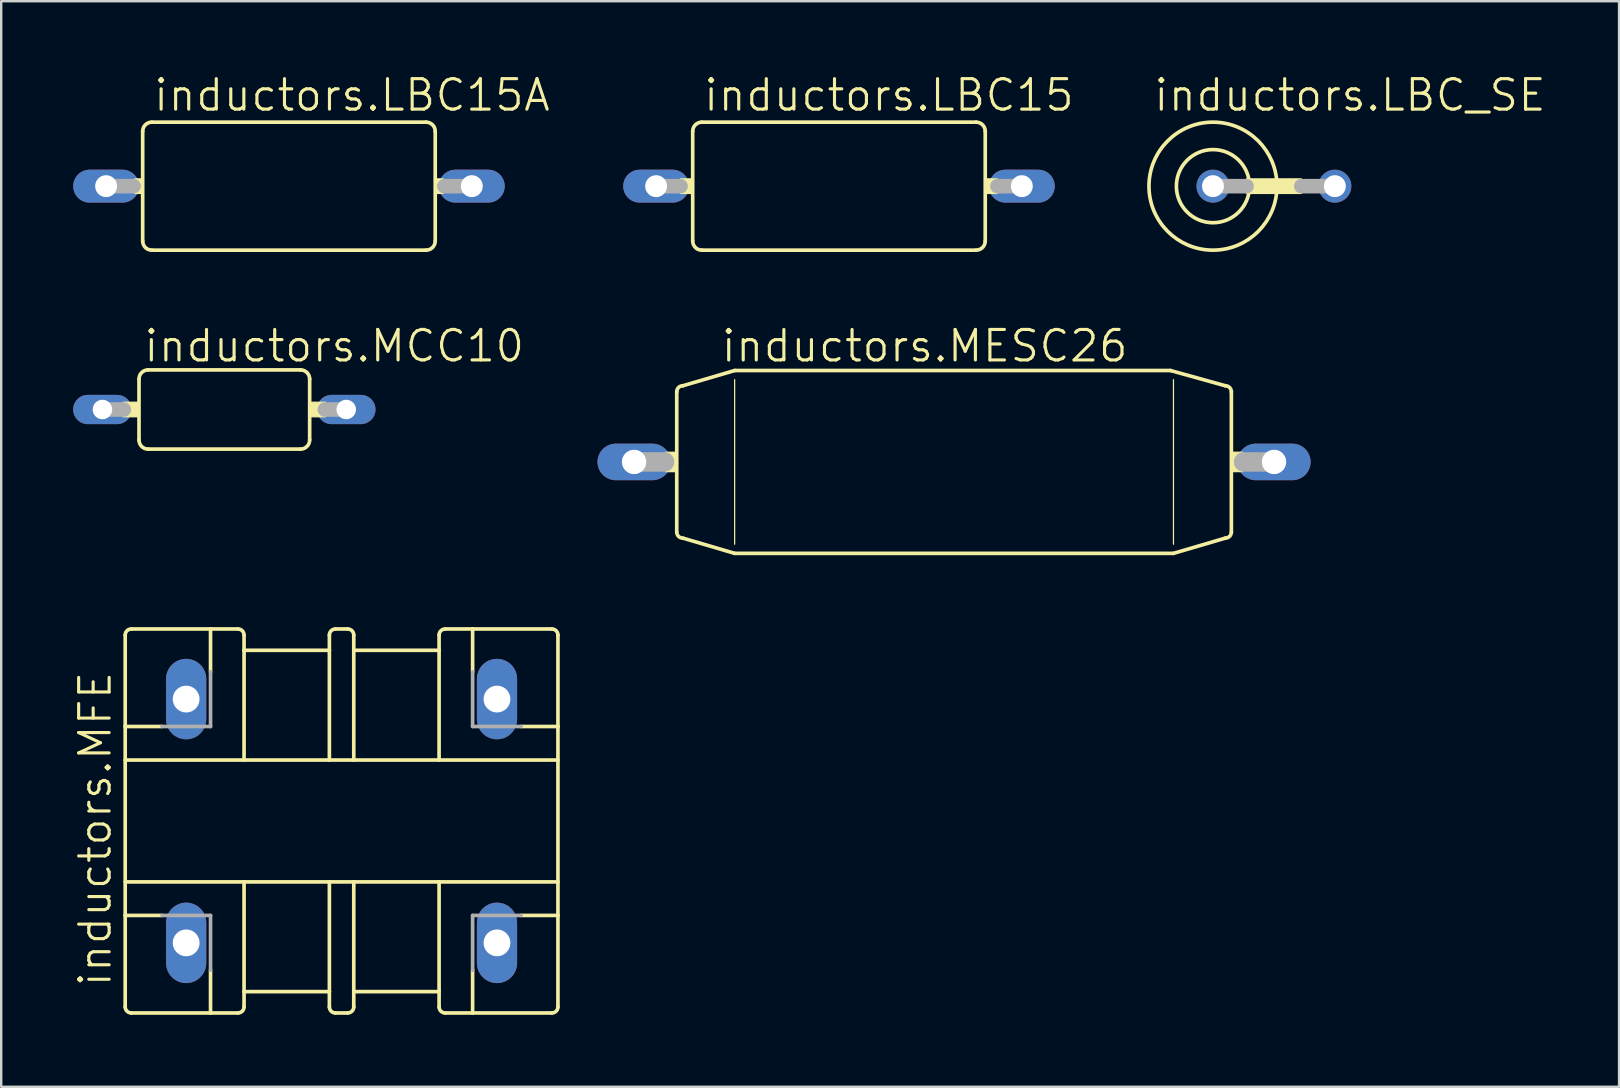
<source format=kicad_pcb>
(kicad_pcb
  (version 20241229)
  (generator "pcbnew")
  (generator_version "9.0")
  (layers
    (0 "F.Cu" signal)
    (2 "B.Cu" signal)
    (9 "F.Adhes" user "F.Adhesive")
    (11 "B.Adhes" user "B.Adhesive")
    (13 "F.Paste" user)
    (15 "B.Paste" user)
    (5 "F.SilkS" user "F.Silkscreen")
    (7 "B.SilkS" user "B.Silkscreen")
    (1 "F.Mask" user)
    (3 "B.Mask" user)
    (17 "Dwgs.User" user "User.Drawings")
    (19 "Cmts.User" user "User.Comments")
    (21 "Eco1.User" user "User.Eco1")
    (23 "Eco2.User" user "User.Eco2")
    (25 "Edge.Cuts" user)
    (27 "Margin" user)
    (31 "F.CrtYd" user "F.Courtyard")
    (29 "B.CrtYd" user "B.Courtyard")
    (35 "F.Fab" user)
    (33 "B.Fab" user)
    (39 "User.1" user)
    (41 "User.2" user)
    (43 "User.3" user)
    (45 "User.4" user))
  (footprint "inductors.MFE"
    (layer "F.Cu")
    (at 11.185 31.164)
    (property "Reference" "inductors.MFE" (at -9.525 6.985 90) (layer "F.SilkS") (effects (font (size 1.27 1.27) (thickness 0.13)) (justify left bottom)))
    (attr through_hole)
    (fp_line (start -9.017 -3.937) (end -9.017 -7.747) (stroke (width 0.152) (type default)) (layer "F.SilkS"))
    (fp_line (start -9.017 -3.937) (end -7.485 -3.937) (stroke (width 0.152) (type default)) (layer "F.SilkS"))
    (fp_line (start -9.017 -2.54) (end -4.064 -2.54) (stroke (width 0.152) (type default)) (layer "F.SilkS"))
    (fp_line (start -9.017 2.54) (end -4.064 2.54) (stroke (width 0.152) (type default)) (layer "F.SilkS"))
    (fp_line (start -9.017 3.937) (end -9.017 -3.937) (stroke (width 0.152) (type default)) (layer "F.SilkS"))
    (fp_line (start -9.017 3.937) (end -7.485 3.937) (stroke (width 0.152) (type default)) (layer "F.SilkS"))
    (fp_line (start -9.017 7.747) (end -9.017 3.937) (stroke (width 0.152) (type default)) (layer "F.SilkS"))
    (fp_line (start -8.763 -8.001) (end -5.461 -8.001) (stroke (width 0.152) (type default)) (layer "F.SilkS"))
    (fp_line (start -8.763 8.001) (end -5.461 8.001) (stroke (width 0.152) (type default)) (layer "F.SilkS"))
    (fp_line (start -5.461 -8.001) (end -4.318 -8.001) (stroke (width 0.152) (type default)) (layer "F.SilkS"))
    (fp_line (start -5.461 -6.216) (end -5.461 -8.001) (stroke (width 0.152) (type default)) (layer "F.SilkS"))
    (fp_line (start -5.461 6.216) (end -5.461 8.001) (stroke (width 0.152) (type default)) (layer "F.SilkS"))
    (fp_line (start -5.461 8.001) (end -4.318 8.001) (stroke (width 0.152) (type default)) (layer "F.SilkS"))
    (fp_line (start -4.064 -7.112) (end -4.064 -7.747) (stroke (width 0.152) (type default)) (layer "F.SilkS"))
    (fp_line (start -4.064 -7.112) (end -0.508 -7.112) (stroke (width 0.152) (type default)) (layer "F.SilkS"))
    (fp_line (start -4.064 -2.54) (end -4.064 -7.112) (stroke (width 0.152) (type default)) (layer "F.SilkS"))
    (fp_line (start -4.064 -2.54) (end -0.508 -2.54) (stroke (width 0.152) (type default)) (layer "F.SilkS"))
    (fp_line (start -4.064 2.54) (end -4.064 7.112) (stroke (width 0.152) (type default)) (layer "F.SilkS"))
    (fp_line (start -4.064 2.54) (end -0.508 2.54) (stroke (width 0.152) (type default)) (layer "F.SilkS"))
    (fp_line (start -4.064 7.112) (end -4.064 7.747) (stroke (width 0.152) (type default)) (layer "F.SilkS"))
    (fp_line (start -4.064 7.112) (end -0.508 7.112) (stroke (width 0.152) (type default)) (layer "F.SilkS"))
    (fp_line (start -0.508 -7.112) (end -0.508 -7.747) (stroke (width 0.152) (type default)) (layer "F.SilkS"))
    (fp_line (start -0.508 -2.54) (end -0.508 -7.112) (stroke (width 0.152) (type default)) (layer "F.SilkS"))
    (fp_line (start -0.508 -2.54) (end 0.508 -2.54) (stroke (width 0.152) (type default)) (layer "F.SilkS"))
    (fp_line (start -0.508 2.54) (end -0.508 7.112) (stroke (width 0.152) (type default)) (layer "F.SilkS"))
    (fp_line (start -0.508 2.54) (end 0.508 2.54) (stroke (width 0.152) (type default)) (layer "F.SilkS"))
    (fp_line (start -0.508 7.112) (end -0.508 7.747) (stroke (width 0.152) (type default)) (layer "F.SilkS"))
    (fp_line (start -0.254 -8.001) (end 0.254 -8.001) (stroke (width 0.152) (type default)) (layer "F.SilkS"))
    (fp_line (start -0.254 8.001) (end 0.254 8.001) (stroke (width 0.152) (type default)) (layer "F.SilkS"))
    (fp_line (start 0.508 -7.112) (end 0.508 -7.747) (stroke (width 0.152) (type default)) (layer "F.SilkS"))
    (fp_line (start 0.508 -2.54) (end 0.508 -7.112) (stroke (width 0.152) (type default)) (layer "F.SilkS"))
    (fp_line (start 0.508 -2.54) (end 4.064 -2.54) (stroke (width 0.152) (type default)) (layer "F.SilkS"))
    (fp_line (start 0.508 2.54) (end 0.508 7.112) (stroke (width 0.152) (type default)) (layer "F.SilkS"))
    (fp_line (start 0.508 2.54) (end 4.064 2.54) (stroke (width 0.152) (type default)) (layer "F.SilkS"))
    (fp_line (start 0.508 7.112) (end 0.508 7.747) (stroke (width 0.152) (type default)) (layer "F.SilkS"))
    (fp_line (start 4.064 -7.112) (end 0.508 -7.112) (stroke (width 0.152) (type default)) (layer "F.SilkS"))
    (fp_line (start 4.064 -7.112) (end 4.064 -7.747) (stroke (width 0.152) (type default)) (layer "F.SilkS"))
    (fp_line (start 4.064 -2.54) (end 4.064 -7.112) (stroke (width 0.152) (type default)) (layer "F.SilkS"))
    (fp_line (start 4.064 -2.54) (end 9.017 -2.54) (stroke (width 0.152) (type default)) (layer "F.SilkS"))
    (fp_line (start 4.064 2.54) (end 4.064 7.112) (stroke (width 0.152) (type default)) (layer "F.SilkS"))
    (fp_line (start 4.064 2.54) (end 9.017 2.54) (stroke (width 0.152) (type default)) (layer "F.SilkS"))
    (fp_line (start 4.064 7.112) (end 0.508 7.112) (stroke (width 0.152) (type default)) (layer "F.SilkS"))
    (fp_line (start 4.064 7.112) (end 4.064 7.747) (stroke (width 0.152) (type default)) (layer "F.SilkS"))
    (fp_line (start 5.461 -8.001) (end 4.318 -8.001) (stroke (width 0.152) (type default)) (layer "F.SilkS"))
    (fp_line (start 5.461 -6.216) (end 5.461 -8.001) (stroke (width 0.152) (type default)) (layer "F.SilkS"))
    (fp_line (start 5.461 6.216) (end 5.461 8.001) (stroke (width 0.152) (type default)) (layer "F.SilkS"))
    (fp_line (start 5.461 8.001) (end 4.318 8.001) (stroke (width 0.152) (type default)) (layer "F.SilkS"))
    (fp_line (start 8.763 -8.001) (end 5.461 -8.001) (stroke (width 0.152) (type default)) (layer "F.SilkS"))
    (fp_line (start 8.763 8.001) (end 5.461 8.001) (stroke (width 0.152) (type default)) (layer "F.SilkS"))
    (fp_line (start 9.017 -3.937) (end 7.485 -3.937) (stroke (width 0.152) (type default)) (layer "F.SilkS"))
    (fp_line (start 9.017 -3.937) (end 9.017 -7.747) (stroke (width 0.152) (type default)) (layer "F.SilkS"))
    (fp_line (start 9.017 3.937) (end 7.485 3.937) (stroke (width 0.152) (type default)) (layer "F.SilkS"))
    (fp_line (start 9.017 3.937) (end 9.017 -3.937) (stroke (width 0.152) (type default)) (layer "F.SilkS"))
    (fp_line (start 9.017 7.747) (end 9.017 3.937) (stroke (width 0.152) (type default)) (layer "F.SilkS"))
    (fp_arc (start -9.017 -7.747) (mid -8.942605 -7.926605) (end -8.763 -8.001) (stroke (width 0.1524) (type default)) (layer "F.SilkS"))
    (fp_arc (start -8.763 8.001) (mid -8.942605 7.926605) (end -9.017 7.747) (stroke (width 0.1524) (type default)) (layer "F.SilkS"))
    (fp_arc (start -4.318 -8.001) (mid -4.138395 -7.926605) (end -4.064 -7.747) (stroke (width 0.1524) (type default)) (layer "F.SilkS"))
    (fp_arc (start -4.064 7.747) (mid -4.138395 7.926605) (end -4.318 8.001) (stroke (width 0.1524) (type default)) (layer "F.SilkS"))
    (fp_arc (start -0.508 -7.747) (mid -0.433605 -7.926605) (end -0.254 -8.001) (stroke (width 0.1524) (type default)) (layer "F.SilkS"))
    (fp_arc (start -0.254 8.001) (mid -0.433605 7.926605) (end -0.508 7.747) (stroke (width 0.1524) (type default)) (layer "F.SilkS"))
    (fp_arc (start 0.254 -8.001) (mid 0.433605 -7.926605) (end 0.508 -7.747) (stroke (width 0.1524) (type default)) (layer "F.SilkS"))
    (fp_arc (start 0.508 7.747) (mid 0.433605 7.926605) (end 0.254 8.001) (stroke (width 0.1524) (type default)) (layer "F.SilkS"))
    (fp_arc (start 4.064 -7.747) (mid 4.138395 -7.926605) (end 4.318 -8.001) (stroke (width 0.1524) (type default)) (layer "F.SilkS"))
    (fp_arc (start 4.318 8.001) (mid 4.138395 7.926605) (end 4.064 7.747) (stroke (width 0.1524) (type default)) (layer "F.SilkS"))
    (fp_arc (start 8.763 -8.001) (mid 8.942605 -7.926605) (end 9.017 -7.747) (stroke (width 0.1524) (type default)) (layer "F.SilkS"))
    (fp_arc (start 9.017 7.747) (mid 8.942605 7.926605) (end 8.763 8.001) (stroke (width 0.1524) (type default)) (layer "F.SilkS"))
    (fp_line (start -7.485 -3.937) (end -5.461 -3.937) (stroke (width 0.152) (type default)) (layer "F.Fab"))
    (fp_line (start -7.485 3.937) (end -5.461 3.937) (stroke (width 0.152) (type default)) (layer "F.Fab"))
    (fp_line (start -5.461 -3.937) (end -5.461 -6.216) (stroke (width 0.152) (type default)) (layer "F.Fab"))
    (fp_line (start -5.461 3.937) (end -5.461 6.216) (stroke (width 0.152) (type default)) (layer "F.Fab"))
    (fp_line (start 5.461 -3.937) (end 5.461 -6.216) (stroke (width 0.152) (type default)) (layer "F.Fab"))
    (fp_line (start 5.461 3.937) (end 5.461 6.216) (stroke (width 0.152) (type default)) (layer "F.Fab"))
    (fp_line (start 7.485 -3.937) (end 5.461 -3.937) (stroke (width 0.152) (type default)) (layer "F.Fab"))
    (fp_line (start 7.485 3.937) (end 5.461 3.937) (stroke (width 0.152) (type default)) (layer "F.Fab"))
    (pad "1" thru_hole oval (at 6.477 5.08 90) (size 3.353 1.676) (drill 1.118) (layers "*.Cu" "*.Mask"))
    (pad "2" thru_hole oval (at 6.477 -5.08 90) (size 3.353 1.676) (drill 1.118) (layers "*.Cu" "*.Mask"))
    (pad "3" thru_hole oval (at -6.477 -5.08 90) (size 3.353 1.676) (drill 1.118) (layers "*.Cu" "*.Mask"))
    (pad "4" thru_hole oval (at -6.477 5.08 90) (size 3.353 1.676) (drill 1.118) (layers "*.Cu" "*.Mask")))
  (footprint "inductors.MCC10"
    (layer "F.Cu")
    (at 6.299 14.016)
    (property "Reference" "inductors.MCC10" (at -3.429 -1.905 0) (layer "F.SilkS") (effects (font (size 1.27 1.27) (thickness 0.13)) (justify left bottom)))
    (attr through_hole)
    (fp_line (start -3.556 -1.27) (end -3.556 1.27) (stroke (width 0.152) (type default)) (layer "F.SilkS"))
    (fp_line (start -3.175 -1.651) (end 3.175 -1.651) (stroke (width 0.152) (type default)) (layer "F.SilkS"))
    (fp_line (start 3.175 1.651) (end -3.175 1.651) (stroke (width 0.152) (type default)) (layer "F.SilkS"))
    (fp_line (start 3.556 -1.27) (end 3.556 1.27) (stroke (width 0.152) (type default)) (layer "F.SilkS"))
    (fp_rect (start -4.216 0.305) (end -3.556 -0.305) (stroke (width 0.05) (type default)) (fill yes) (layer "F.SilkS"))
    (fp_rect (start 3.556 0.305) (end 4.216 -0.305) (stroke (width 0.05) (type default)) (fill yes) (layer "F.SilkS"))
    (fp_arc (start -3.556 -1.27) (mid -3.444408 -1.539408) (end -3.175 -1.651) (stroke (width 0.1524) (type default)) (layer "F.SilkS"))
    (fp_arc (start -3.175 1.651) (mid -3.444408 1.539408) (end -3.556 1.27) (stroke (width 0.1524) (type default)) (layer "F.SilkS"))
    (fp_arc (start 3.175 -1.651) (mid 3.444408 -1.539408) (end 3.556 -1.27) (stroke (width 0.1524) (type default)) (layer "F.SilkS"))
    (fp_arc (start 3.556 1.27) (mid 3.444408 1.539408) (end 3.175 1.651) (stroke (width 0.1524) (type default)) (layer "F.SilkS"))
    (fp_line (start -4.191 0) (end -5.08 0) (stroke (width 0.61) (type default)) (layer "F.Fab"))
    (fp_line (start 5.08 0) (end 4.191 0) (stroke (width 0.61) (type default)) (layer "F.Fab"))
    (pad "1" thru_hole oval (at -5.08 0) (size 2.438 1.219) (drill 0.813) (layers "*.Cu" "*.Mask"))
    (pad "2" thru_hole oval (at 5.08 0) (size 2.438 1.219) (drill 0.813) (layers "*.Cu" "*.Mask")))
  (footprint "inductors.LBC15A"
    (layer "F.Cu")
    (at 8.992 4.708)
    (property "Reference" "inductors.LBC15A" (at -5.715 -3.048 0) (layer "F.SilkS") (effects (font (size 1.27 1.27) (thickness 0.13)) (justify left bottom)))
    (attr through_hole)
    (fp_line (start -6.096 -2.286) (end -6.096 2.286) (stroke (width 0.152) (type default)) (layer "F.SilkS"))
    (fp_line (start -5.715 -2.667) (end 5.715 -2.667) (stroke (width 0.152) (type default)) (layer "F.SilkS"))
    (fp_line (start 5.715 2.667) (end -5.715 2.667) (stroke (width 0.152) (type default)) (layer "F.SilkS"))
    (fp_line (start 6.096 -2.286) (end 6.096 2.286) (stroke (width 0.152) (type default)) (layer "F.SilkS"))
    (fp_rect (start -6.426 0.305) (end -6.096 -0.305) (stroke (width 0.05) (type default)) (fill yes) (layer "F.SilkS"))
    (fp_rect (start 6.096 0.305) (end 6.426 -0.305) (stroke (width 0.05) (type default)) (fill yes) (layer "F.SilkS"))
    (fp_arc (start -6.096 -2.286) (mid -5.984408 -2.555408) (end -5.715 -2.667) (stroke (width 0.1524) (type default)) (layer "F.SilkS"))
    (fp_arc (start -5.715 2.667) (mid -5.984408 2.555408) (end -6.096 2.286) (stroke (width 0.1524) (type default)) (layer "F.SilkS"))
    (fp_arc (start 5.715 -2.667) (mid 5.984408 -2.555408) (end 6.096 -2.286) (stroke (width 0.1524) (type default)) (layer "F.SilkS"))
    (fp_arc (start 6.096 2.286) (mid 5.984408 2.555408) (end 5.715 2.667) (stroke (width 0.1524) (type default)) (layer "F.SilkS"))
    (fp_line (start -6.477 0) (end -7.62 0) (stroke (width 0.61) (type default)) (layer "F.Fab"))
    (fp_line (start 7.62 0) (end 6.477 0) (stroke (width 0.61) (type default)) (layer "F.Fab"))
    (pad "1" thru_hole oval (at -7.62 0) (size 2.743 1.372) (drill 0.914) (layers "*.Cu" "*.Mask"))
    (pad "2" thru_hole oval (at 7.62 0) (size 2.743 1.372) (drill 0.914) (layers "*.Cu" "*.Mask")))
  (footprint "inductors.MESC26"
    (layer "F.Cu")
    (at 36.71 16.201)
    (property "Reference" "inductors.MESC26" (at -9.779 -4.089 0) (layer "F.SilkS") (effects (font (size 1.27 1.27) (thickness 0.13)) (justify left bottom)))
    (attr through_hole)
    (fp_line (start -11.557 2.921) (end -11.557 -2.921) (stroke (width 0.152) (type default)) (layer "F.SilkS"))
    (fp_line (start -11.303 -3.175) (end -9.144 -3.81) (stroke (width 0.152) (type default)) (layer "F.SilkS"))
    (fp_line (start -11.303 3.175) (end -9.144 3.81) (stroke (width 0.152) (type default)) (layer "F.SilkS"))
    (fp_line (start -9.144 -3.429) (end -9.144 3.429) (stroke (width 0.051) (type default)) (layer "F.SilkS"))
    (fp_line (start 9.017 -3.81) (end -9.144 -3.81) (stroke (width 0.152) (type default)) (layer "F.SilkS"))
    (fp_line (start 9.144 -3.429) (end 9.144 3.429) (stroke (width 0.051) (type default)) (layer "F.SilkS"))
    (fp_line (start 9.144 3.81) (end -9.144 3.81) (stroke (width 0.152) (type default)) (layer "F.SilkS"))
    (fp_line (start 11.303 -3.175) (end 9.017 -3.81) (stroke (width 0.152) (type default)) (layer "F.SilkS"))
    (fp_line (start 11.303 3.175) (end 9.144 3.81) (stroke (width 0.152) (type default)) (layer "F.SilkS"))
    (fp_line (start 11.557 2.921) (end 11.557 -2.921) (stroke (width 0.152) (type default)) (layer "F.SilkS"))
    (fp_rect (start -12.014 0.406) (end -11.557 -0.406) (stroke (width 0.05) (type default)) (fill yes) (layer "F.SilkS"))
    (fp_rect (start 11.557 0.406) (end 12.014 -0.406) (stroke (width 0.05) (type default)) (fill yes) (layer "F.SilkS"))
    (fp_arc (start -11.557 -2.921) (mid -11.482605 -3.100605) (end -11.303 -3.175) (stroke (width 0.1524) (type default)) (layer "F.SilkS"))
    (fp_arc (start -11.303 3.175) (mid -11.482605 3.100605) (end -11.557 2.921) (stroke (width 0.1524) (type default)) (layer "F.SilkS"))
    (fp_arc (start 11.303 -3.175) (mid 11.482605 -3.100605) (end 11.557 -2.921) (stroke (width 0.1524) (type default)) (layer "F.SilkS"))
    (fp_arc (start 11.557 2.921) (mid 11.482605 3.100605) (end 11.303 3.175) (stroke (width 0.1524) (type default)) (layer "F.SilkS"))
    (fp_line (start -13.335 0) (end -12.065 0) (stroke (width 0.813) (type default)) (layer "F.Fab"))
    (fp_line (start 13.335 0) (end 12.065 0) (stroke (width 0.813) (type default)) (layer "F.Fab"))
    (pad "1" thru_hole oval (at -13.335 0) (size 3.048 1.524) (drill 1.016) (layers "*.Cu" "*.Mask"))
    (pad "2" thru_hole oval (at 13.335 0) (size 3.048 1.524) (drill 1.016) (layers "*.Cu" "*.Mask")))
  (footprint "inductors.LBC15"
    (layer "F.Cu")
    (at 31.914 4.708)
    (property "Reference" "inductors.LBC15" (at -5.715 -3.048 0) (layer "F.SilkS") (effects (font (size 1.27 1.27) (thickness 0.13)) (justify left bottom)))
    (attr through_hole)
    (fp_line (start -6.096 -2.286) (end -6.096 2.286) (stroke (width 0.152) (type default)) (layer "F.SilkS"))
    (fp_line (start -5.715 -2.667) (end 5.715 -2.667) (stroke (width 0.152) (type default)) (layer "F.SilkS"))
    (fp_line (start 5.715 2.667) (end -5.715 2.667) (stroke (width 0.152) (type default)) (layer "F.SilkS"))
    (fp_line (start 6.096 -2.286) (end 6.096 2.286) (stroke (width 0.152) (type default)) (layer "F.SilkS"))
    (fp_rect (start -6.604 0.305) (end -6.096 -0.305) (stroke (width 0.05) (type default)) (fill yes) (layer "F.SilkS"))
    (fp_rect (start 6.096 0.305) (end 6.604 -0.305) (stroke (width 0.05) (type default)) (fill yes) (layer "F.SilkS"))
    (fp_arc (start -6.096 -2.286) (mid -5.984408 -2.555408) (end -5.715 -2.667) (stroke (width 0.1524) (type default)) (layer "F.SilkS"))
    (fp_arc (start -5.715 2.667) (mid -5.984408 2.555408) (end -6.096 2.286) (stroke (width 0.1524) (type default)) (layer "F.SilkS"))
    (fp_arc (start 5.715 -2.667) (mid 5.984408 -2.555408) (end 6.096 -2.286) (stroke (width 0.1524) (type default)) (layer "F.SilkS"))
    (fp_arc (start 6.096 2.286) (mid 5.984408 2.555408) (end 5.715 2.667) (stroke (width 0.1524) (type default)) (layer "F.SilkS"))
    (fp_line (start -6.604 0) (end -7.62 0) (stroke (width 0.61) (type default)) (layer "F.Fab"))
    (fp_line (start 7.62 0) (end 6.604 0) (stroke (width 0.61) (type default)) (layer "F.Fab"))
    (pad "1" thru_hole oval (at -7.62 0) (size 2.743 1.372) (drill 0.914) (layers "*.Cu" "*.Mask"))
    (pad "2" thru_hole oval (at 7.62 0) (size 2.743 1.372) (drill 0.914) (layers "*.Cu" "*.Mask")))
  (footprint "inductors.LBC_SE"
    (layer "F.Cu")
    (at 50.04 4.708)
    (property "Reference" "inductors.LBC_SE" (at -5.08 -3.048 0) (layer "F.SilkS") (effects (font (size 1.27 1.27) (thickness 0.13)) (justify left bottom)))
    (attr through_hole)
    (fp_rect (start -1.143 0.305) (end 1.143 -0.305) (stroke (width 0.05) (type default)) (fill yes) (layer "F.SilkS"))
    (fp_circle (center -2.54 0) (end -1.016 0) (stroke (width 0.152) (type default)) (fill no) (layer "F.SilkS"))
    (fp_circle (center -2.54 0) (end 0.127 0) (stroke (width 0.152) (type default)) (fill no) (layer "F.SilkS"))
    (fp_line (start -1.143 0) (end -2.54 0) (stroke (width 0.61) (type default)) (layer "F.Fab"))
    (fp_line (start 2.54 0) (end 1.143 0) (stroke (width 0.61) (type default)) (layer "F.Fab"))
    (pad "1" thru_hole circle (at -2.54 0) (size 1.372 1.372) (drill 0.914) (layers "*.Cu" "*.Mask"))
    (pad "2" thru_hole circle (at 2.54 0) (size 1.372 1.372) (drill 0.914) (layers "*.Cu" "*.Mask")))
  (gr_rect
    (start -3 -3)
    (end 64.424 42.241)
    (stroke (width 0.1) (type default))
    (fill no)
    (layer "Edge.Cuts")))
</source>
